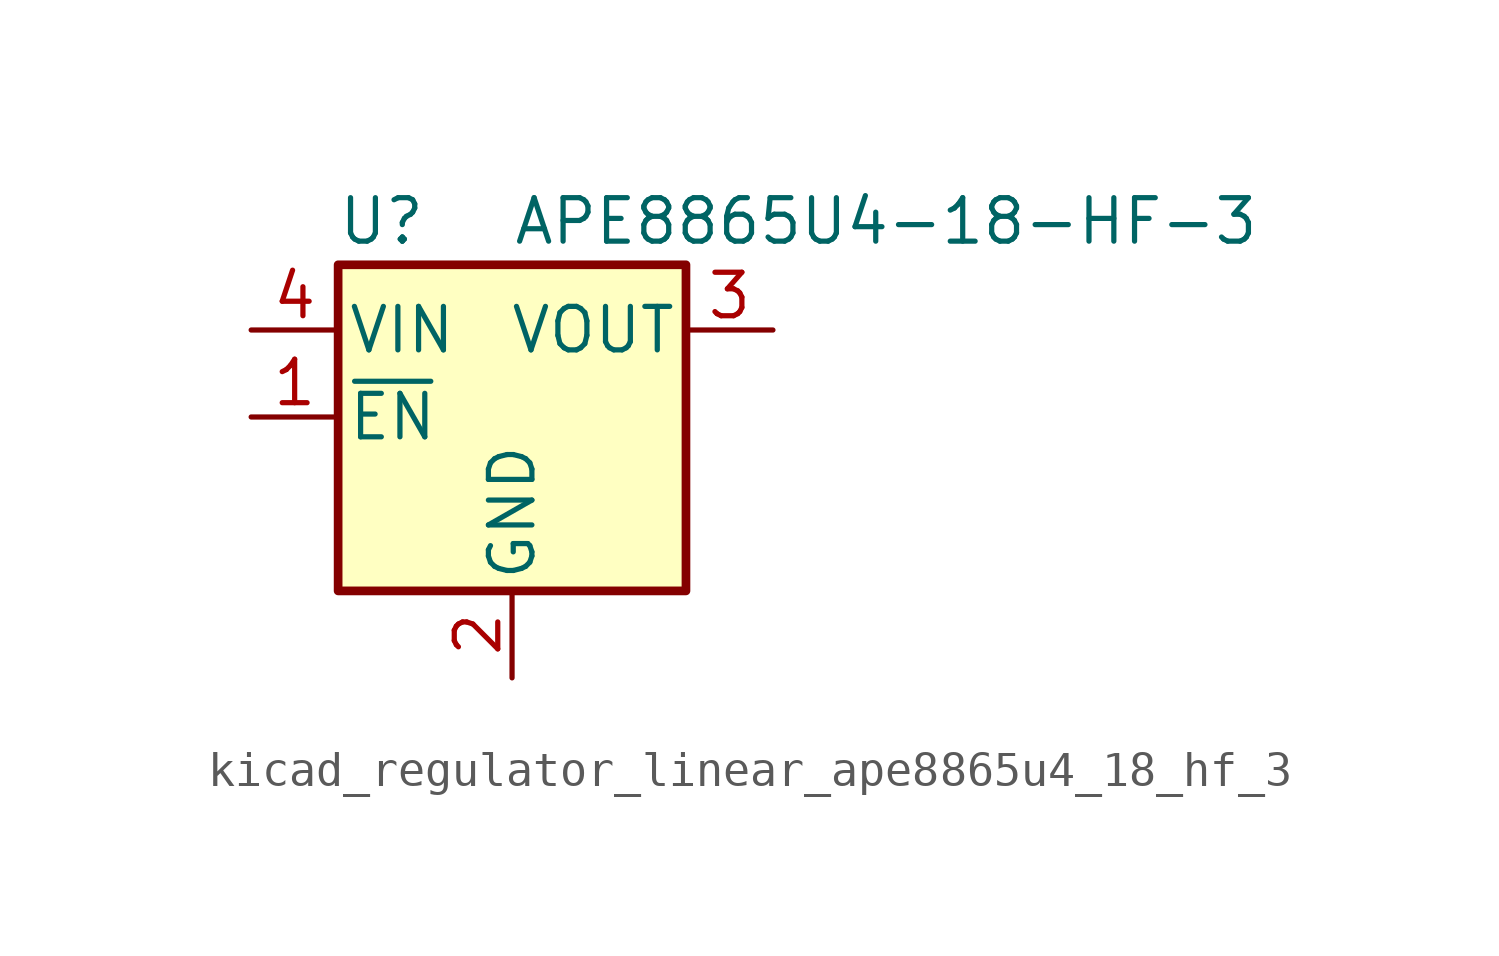
<source format=kicad_sym>
(kicad_symbol_lib
  (version 20220914)
  (generator kicad_symbol_editor)
  (symbol "kicad_regulator_linear_ape8865u4_18_hf_3"
    (pin_names
      (offset 0.254))
    (property "Reference" "U"
      (at -3.81 5.715 0)
      (effects (font (size 1.27 1.27))))
    (property "Value" "APE8865U4-18-HF-3"
      (at 0 5.715 0)
      (effects (font (size 1.27 1.27)) (justify left)))
    (symbol "kicad_regulator_linear_ape8865u4_18_hf_3_0_1"
      (rectangle (start -5.08 4.445) (end 5.08 -5.08) (stroke (width 0.254) (type default)) (fill (type background))))
    (symbol "kicad_regulator_linear_ape8865u4_18_hf_3_1_1"
      (pin input line (at -7.62 0 0) (length 2.54) (name "~{EN}" (effects (font (size 1.27 1.27)))) (number "1" (effects (font (size 1.27 1.27)))))
      (pin power_in line (at 0 -7.62 90) (length 2.54) (name "GND" (effects (font (size 1.27 1.27)))) (number "2" (effects (font (size 1.27 1.27)))))
      (pin power_out line (at 7.62 2.54 180) (length 2.54) (name "VOUT" (effects (font (size 1.27 1.27)))) (number "3" (effects (font (size 1.27 1.27)))))
      (pin power_in line (at -7.62 2.54 0) (length 2.54) (name "VIN" (effects (font (size 1.27 1.27)))) (number "4" (effects (font (size 1.27 1.27))))))))
</source>
